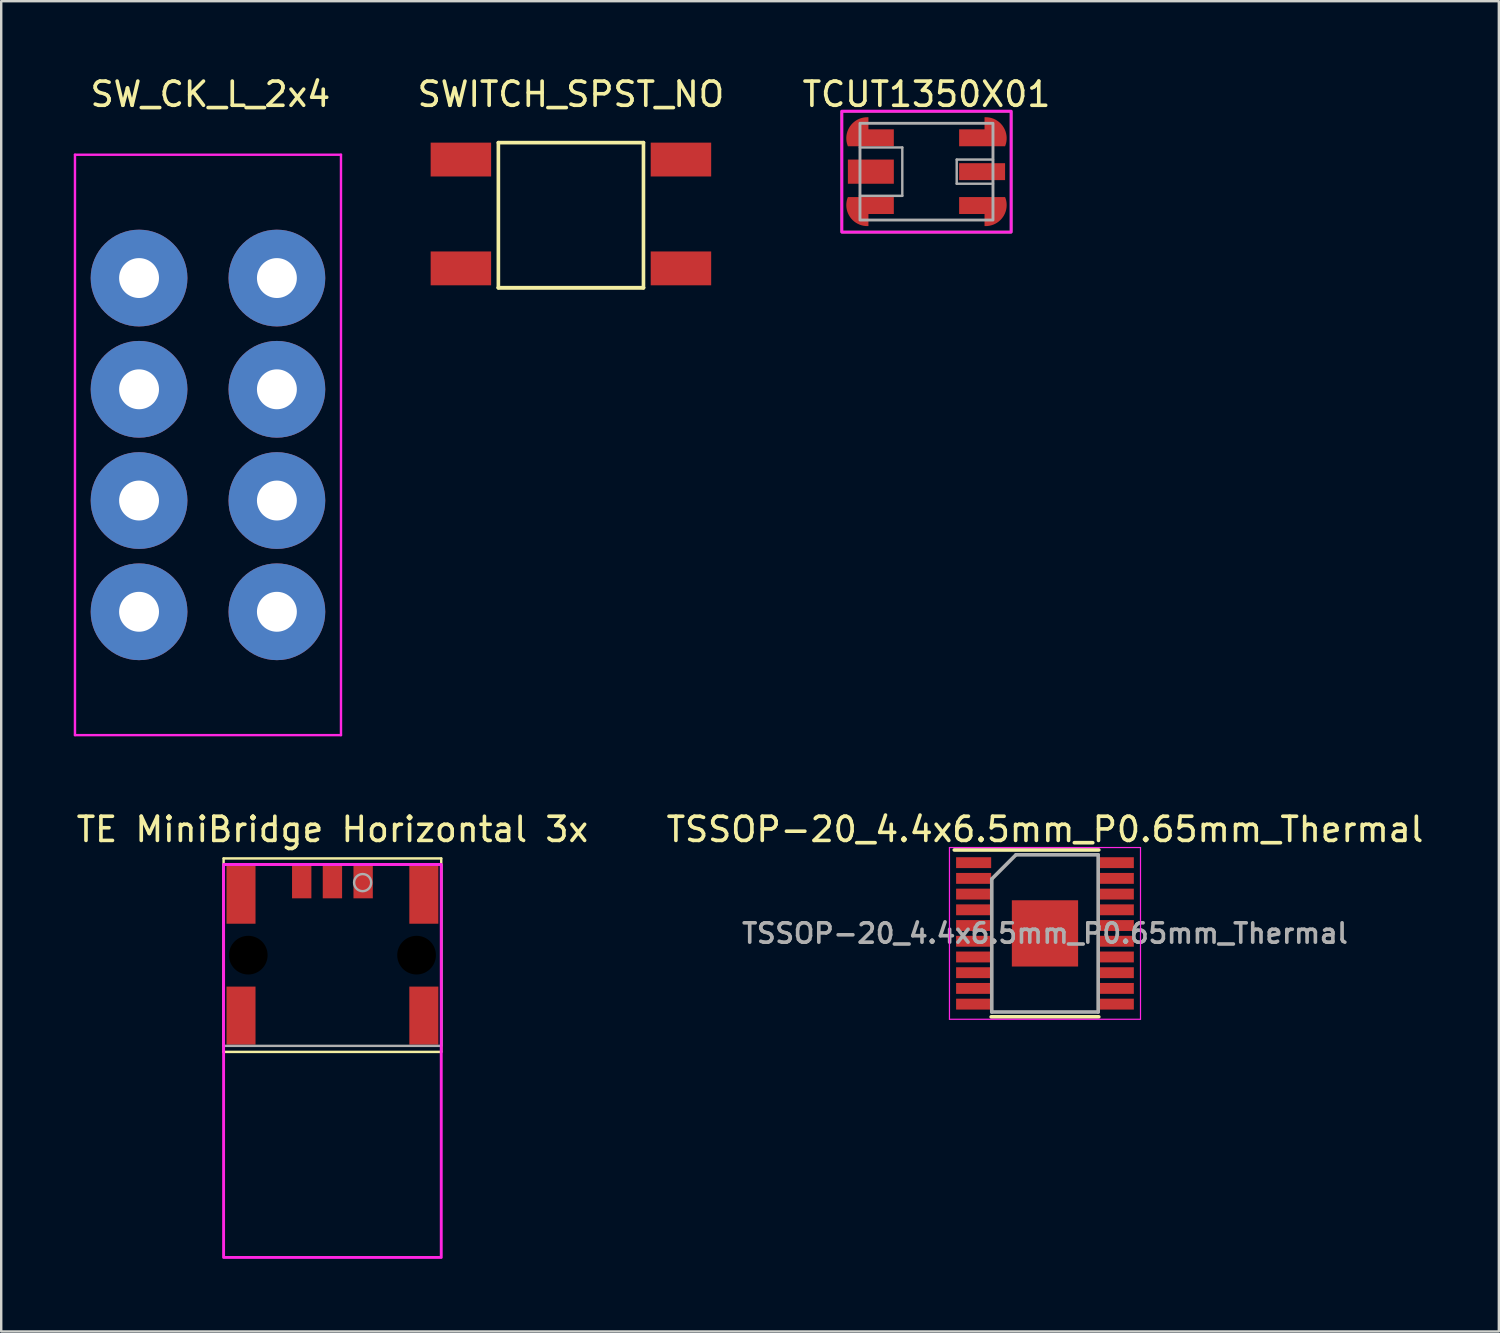
<source format=kicad_pcb>
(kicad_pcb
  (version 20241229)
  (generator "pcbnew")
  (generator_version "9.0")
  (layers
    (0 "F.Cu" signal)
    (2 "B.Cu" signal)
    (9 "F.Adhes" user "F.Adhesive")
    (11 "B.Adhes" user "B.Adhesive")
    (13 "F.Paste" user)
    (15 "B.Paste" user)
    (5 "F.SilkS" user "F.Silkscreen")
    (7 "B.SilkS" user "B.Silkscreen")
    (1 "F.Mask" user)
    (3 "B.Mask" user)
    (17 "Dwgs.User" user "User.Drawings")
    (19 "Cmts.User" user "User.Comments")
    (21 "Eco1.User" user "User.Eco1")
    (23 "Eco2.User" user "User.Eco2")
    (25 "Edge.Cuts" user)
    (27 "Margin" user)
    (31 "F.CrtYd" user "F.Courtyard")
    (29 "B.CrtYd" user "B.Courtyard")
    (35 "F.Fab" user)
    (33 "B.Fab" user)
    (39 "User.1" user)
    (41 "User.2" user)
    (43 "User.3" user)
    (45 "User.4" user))
  (footprint "TE MiniBridge Horizontal 3x"
    (layer "F.Cu")
    (at 10.696 36.447)
    (property "Reference" "TE MiniBridge Horizontal 3x" (at 0 -5.2 0) (unlocked yes) (layer "F.SilkS") (effects (font (size 1 1) (thickness 0.15))))
    (attr smd)
    (fp_line (start -4.5 -4) (end 4.5 -4) (stroke (width 0.1) (type solid)) (layer "F.SilkS"))
    (fp_line (start -4.5 4) (end -4.5 -4) (stroke (width 0.1) (type solid)) (layer "F.SilkS"))
    (fp_line (start 4.5 -4) (end 4.5 4) (stroke (width 0.1) (type solid)) (layer "F.SilkS"))
    (fp_line (start 4.5 4) (end -4.5 4) (stroke (width 0.1) (type solid)) (layer "F.SilkS"))
    (fp_rect (start -4.5 -3.75) (end 4.5 12.5) (stroke (width 0.12) (type solid)) (fill no) (layer "F.CrtYd"))
    (fp_rect (start -4.5 -3.75) (end 4.5 3.75) (stroke (width 0.1) (type solid)) (fill no) (layer "F.Fab"))
    (fp_circle (center 1.25 -3) (end 1.604 -3) (stroke (width 0.1) (type solid)) (fill no) (layer "F.Fab"))
    (pad "" np_thru_hole circle (at -3.48 0) (size 1.6 1.6) (drill 1.6) (layers "*.Mask"))
    (pad "" np_thru_hole circle (at 3.48 0) (size 1.6 1.6) (drill 1.6) (layers "*.Mask"))
    (pad "1" smd rect (at 1.27 -3.05) (size 0.8 1.4) (layers "F.Cu" "F.Mask" "F.Paste"))
    (pad "2" smd rect (at 0 -3.05) (size 0.8 1.4) (layers "F.Cu" "F.Mask" "F.Paste"))
    (pad "3" smd rect (at -1.27 -3.05) (size 0.8 1.4) (layers "F.Cu" "F.Mask" "F.Paste"))
    (pad "MP" smd rect (at -3.78 -2.5) (size 1.2 2.4) (layers "F.Cu" "F.Mask" "F.Paste"))
    (pad "MP" smd rect (at -3.78 2.5) (size 1.2 2.4) (layers "F.Cu" "F.Mask" "F.Paste"))
    (pad "MP" smd rect (at 3.78 -2.5) (size 1.2 2.4) (layers "F.Cu" "F.Mask" "F.Paste"))
    (pad "MP" smd rect (at 3.78 2.5) (size 1.2 2.4) (layers "F.Cu" "F.Mask" "F.Paste")))
  (footprint "SWITCH_SPST_NO"
    (layer "F.Cu")
    (at 20.558 2.848)
    (property "Reference" "SWITCH_SPST_NO" (at 0 -2 0) (layer "F.SilkS") (effects (font (size 1 1) (thickness 0.15))))
    (attr through_hole)
    (fp_line (start -3 0) (end 3 0) (stroke (width 0.15) (type solid)) (layer "F.SilkS"))
    (fp_line (start -3 6) (end -3 0) (stroke (width 0.15) (type solid)) (layer "F.SilkS"))
    (fp_line (start -3 6) (end 3 6) (stroke (width 0.15) (type solid)) (layer "F.SilkS"))
    (fp_line (start 3 0) (end 3 6) (stroke (width 0.15) (type solid)) (layer "F.SilkS"))
    (fp_line (start 3 6) (end -3 6) (stroke (width 0.15) (type solid)) (layer "F.SilkS"))
    (pad "1" smd rect (at -4.55 0.7) (size 2.5 1.4) (layers "F.Cu" "F.Mask" "F.Paste"))
    (pad "1" smd rect (at 4.55 0.7) (size 2.5 1.4) (layers "F.Cu" "F.Mask" "F.Paste"))
    (pad "2" smd rect (at -4.55 5.2) (size 2.5 1.4) (layers "F.Cu" "F.Mask" "F.Paste"))
    (pad "2" smd rect (at 4.55 5.2) (size 2.5 1.4) (layers "F.Cu" "F.Mask" "F.Paste")))
  (footprint "TSSOP-20_4.4x6.5mm_P0.65mm_Thermal"
    (layer "F.Cu")
    (at 40.161 35.547)
    (property "Reference" "TSSOP-20_4.4x6.5mm_P0.65mm_Thermal" (at 0 -4.3 0) (layer "F.SilkS") (effects (font (size 1 1) (thickness 0.15))))
    (attr smd)
    (fp_line (start -3.75 -3.45) (end 2.225 -3.45) (stroke (width 0.15) (type solid)) (layer "F.SilkS"))
    (fp_line (start -2.225 3.45) (end 2.225 3.45) (stroke (width 0.15) (type solid)) (layer "F.SilkS"))
    (fp_line (start -3.95 -3.55) (end -3.95 3.55) (stroke (width 0.05) (type solid)) (layer "F.CrtYd"))
    (fp_line (start -3.95 -3.55) (end 3.95 -3.55) (stroke (width 0.05) (type solid)) (layer "F.CrtYd"))
    (fp_line (start -3.95 3.55) (end 3.95 3.55) (stroke (width 0.05) (type solid)) (layer "F.CrtYd"))
    (fp_line (start 3.95 -3.55) (end 3.95 3.55) (stroke (width 0.05) (type solid)) (layer "F.CrtYd"))
    (fp_line (start -2.2 -2.25) (end -1.2 -3.25) (stroke (width 0.15) (type solid)) (layer "F.Fab"))
    (fp_line (start -2.2 3.25) (end -2.2 -2.25) (stroke (width 0.15) (type solid)) (layer "F.Fab"))
    (fp_line (start -1.2 -3.25) (end 2.2 -3.25) (stroke (width 0.15) (type solid)) (layer "F.Fab"))
    (fp_line (start 2.2 -3.25) (end 2.2 3.25) (stroke (width 0.15) (type solid)) (layer "F.Fab"))
    (fp_line (start 2.2 3.25) (end -2.2 3.25) (stroke (width 0.15) (type solid)) (layer "F.Fab"))
    (fp_text user "${REFERENCE}" (at 0 0 0) (layer "F.Fab") (effects (font (size 0.8 0.8) (thickness 0.15))))
    (pad "1" smd rect (at -2.95 -2.925) (size 1.45 0.45) (layers "F.Cu" "F.Mask" "F.Paste"))
    (pad "2" smd rect (at -2.95 -2.275) (size 1.45 0.45) (layers "F.Cu" "F.Mask" "F.Paste"))
    (pad "3" smd rect (at -2.95 -1.625) (size 1.45 0.45) (layers "F.Cu" "F.Mask" "F.Paste"))
    (pad "4" smd rect (at -2.95 -0.975) (size 1.45 0.45) (layers "F.Cu" "F.Mask" "F.Paste"))
    (pad "5" smd rect (at -2.95 -0.325) (size 1.45 0.45) (layers "F.Cu" "F.Mask" "F.Paste"))
    (pad "6" smd rect (at -2.95 0.325) (size 1.45 0.45) (layers "F.Cu" "F.Mask" "F.Paste"))
    (pad "7" smd rect (at -2.95 0.975) (size 1.45 0.45) (layers "F.Cu" "F.Mask" "F.Paste"))
    (pad "8" smd rect (at -2.95 1.625) (size 1.45 0.45) (layers "F.Cu" "F.Mask" "F.Paste"))
    (pad "9" smd rect (at -2.95 2.275) (size 1.45 0.45) (layers "F.Cu" "F.Mask" "F.Paste"))
    (pad "10" smd rect (at -2.95 2.925) (size 1.45 0.45) (layers "F.Cu" "F.Mask" "F.Paste"))
    (pad "11" smd rect (at 2.95 2.925) (size 1.45 0.45) (layers "F.Cu" "F.Mask" "F.Paste"))
    (pad "12" smd rect (at 2.95 2.275) (size 1.45 0.45) (layers "F.Cu" "F.Mask" "F.Paste"))
    (pad "13" smd rect (at 2.95 1.625) (size 1.45 0.45) (layers "F.Cu" "F.Mask" "F.Paste"))
    (pad "14" smd rect (at 2.95 0.975) (size 1.45 0.45) (layers "F.Cu" "F.Mask" "F.Paste"))
    (pad "15" smd rect (at 2.95 0.325) (size 1.45 0.45) (layers "F.Cu" "F.Mask" "F.Paste"))
    (pad "16" smd rect (at 2.95 -0.325) (size 1.45 0.45) (layers "F.Cu" "F.Mask" "F.Paste"))
    (pad "17" smd rect (at 2.95 -0.975) (size 1.45 0.45) (layers "F.Cu" "F.Mask" "F.Paste"))
    (pad "18" smd rect (at 2.95 -1.625) (size 1.45 0.45) (layers "F.Cu" "F.Mask" "F.Paste"))
    (pad "19" smd rect (at 2.95 -2.275) (size 1.45 0.45) (layers "F.Cu" "F.Mask" "F.Paste"))
    (pad "20" smd rect (at 2.95 -2.925) (size 1.45 0.45) (layers "F.Cu" "F.Mask" "F.Paste"))
    (pad "21" smd rect (at 0 0) (size 2.74 2.74) (layers "F.Cu" "F.Mask" "F.Paste")))
  (footprint "TCUT1350X01"
    (layer "F.Cu")
    (at 35.261 4.048)
    (property "Reference" "TCUT1350X01" (at 0 -3.2 0) (unlocked yes) (layer "F.SilkS") (effects (font (size 1 1) (thickness 0.15))))
    (attr smd)
    (fp_rect (start -3.5 -2.5) (end 3.5 2.5) (stroke (width 0.1) (type solid)) (fill no) (layer "F.SilkS"))
    (fp_rect (start -3.5 -2.5) (end 3.5 2.5) (stroke (width 0.12) (type solid)) (fill no) (layer "F.CrtYd"))
    (fp_line (start -2.75 -1) (end -1 -1) (stroke (width 0.1) (type solid)) (layer "F.Fab"))
    (fp_line (start -1 -1) (end -1 1) (stroke (width 0.1) (type solid)) (layer "F.Fab"))
    (fp_line (start -1 1) (end -2.75 1) (stroke (width 0.1) (type solid)) (layer "F.Fab"))
    (fp_line (start 1.25 -0.5) (end 1.25 0.5) (stroke (width 0.1) (type solid)) (layer "F.Fab"))
    (fp_line (start 1.25 0.5) (end 2.75 0.5) (stroke (width 0.1) (type solid)) (layer "F.Fab"))
    (fp_line (start 2.75 -0.5) (end 1.25 -0.5) (stroke (width 0.1) (type solid)) (layer "F.Fab"))
    (fp_rect (start -2.75 -2) (end 2.75 2) (stroke (width 0.12) (type solid)) (fill no) (layer "F.Fab"))
    (pad "1" smd custom (at -2.275 -1.4) (size 1.85 0.7) (layers "F.Cu" "F.Mask" "F.Paste") (options (anchor rect)) (primitives (gr_poly (pts (arc (start -0.125 -0.85) (mid -0.880473 -0.484085) (end -0.975 0.35)) (xy -0.125 0.35) (arc (start -0.125 -0.85) (mid -0.880473 -0.484085) (end -0.975 0.35))) (width 0) (fill yes))))
    (pad "2" smd rect (at -2.3 0) (size 1.9 1) (layers "F.Cu" "F.Mask" "F.Paste"))
    (pad "3" smd custom (at -2.275 1.4 180) (size 1.85 0.7) (layers "F.Cu" "F.Mask" "F.Paste") (options (anchor rect)) (primitives (gr_poly (pts (arc (start 0.125 -0.85) (mid 0.880473 -0.484085) (end 0.975 0.35)) (xy 0.125 0.35) (arc (start 0.125 -0.85) (mid 0.880473 -0.484085) (end 0.975 0.35))) (width 0) (fill yes))))
    (pad "4" smd custom (at 2.275 1.4 180) (size 1.85 0.7) (layers "F.Cu" "F.Mask" "F.Paste") (options (anchor rect)) (primitives (gr_poly (pts (arc (start -0.125 -0.85) (mid -0.880473 -0.484085) (end -0.975 0.35)) (xy -0.125 0.35) (arc (start -0.125 -0.85) (mid -0.880473 -0.484085) (end -0.975 0.35))) (width 0) (fill yes))))
    (pad "5" smd rect (at 2.3 0) (size 1.9 0.7) (layers "F.Cu" "F.Mask" "F.Paste"))
    (pad "6" smd custom (at 2.275 -1.4) (size 1.85 0.7) (layers "F.Cu" "F.Mask" "F.Paste") (options (anchor rect)) (primitives (gr_poly (pts (arc (start 0.125 -0.85) (mid 0.880473 -0.484085) (end 0.975 0.35)) (xy 0.125 0.35) (arc (start 0.125 -0.85) (mid 0.880473 -0.484085) (end 0.975 0.35))) (width 0) (fill yes)))))
  (footprint "SW_CK_L_2x4"
    (layer "F.Cu")
    (at 5.55 15.348)
    (property "Reference" "SW_CK_L_2x4" (at 0.1 -14.5 0) (layer "F.SilkS") (effects (font (size 1 1) (thickness 0.15))))
    (attr through_hole)
    (fp_line (start -5.5 -12) (end 5.5 -12) (stroke (width 0.1) (type solid)) (layer "F.CrtYd"))
    (fp_line (start -5.5 12) (end -5.5 -12) (stroke (width 0.1) (type solid)) (layer "F.CrtYd"))
    (fp_line (start 5.5 -12) (end 5.5 12) (stroke (width 0.1) (type solid)) (layer "F.CrtYd"))
    (fp_line (start 5.5 12) (end -5.5 12) (stroke (width 0.1) (type solid)) (layer "F.CrtYd"))
    (pad "1" thru_hole circle (at -2.85 6.9) (size 4 4) (drill 1.65) (layers "*.Cu" "*.Mask"))
    (pad "2" thru_hole circle (at -2.85 2.3) (size 4 4) (drill 1.65) (layers "*.Cu" "*.Mask"))
    (pad "3" thru_hole circle (at -2.85 -2.3) (size 4 4) (drill 1.65) (layers "*.Cu" "*.Mask"))
    (pad "4" thru_hole circle (at -2.85 -6.9) (size 4 4) (drill 1.65) (layers "*.Cu" "*.Mask"))
    (pad "5" thru_hole circle (at 2.85 6.9) (size 4 4) (drill 1.65) (layers "*.Cu" "*.Mask"))
    (pad "6" thru_hole circle (at 2.85 2.3) (size 4 4) (drill 1.65) (layers "*.Cu" "*.Mask"))
    (pad "7" thru_hole circle (at 2.85 -2.3) (size 4 4) (drill 1.65) (layers "*.Cu" "*.Mask"))
    (pad "8" thru_hole circle (at 2.85 -6.9) (size 4 4) (drill 1.65) (layers "*.Cu" "*.Mask")))
  (gr_rect
    (start -3 -3)
    (end 58.929 52.007)
    (stroke (width 0.1) (type default))
    (fill no)
    (layer "Edge.Cuts")))
</source>
